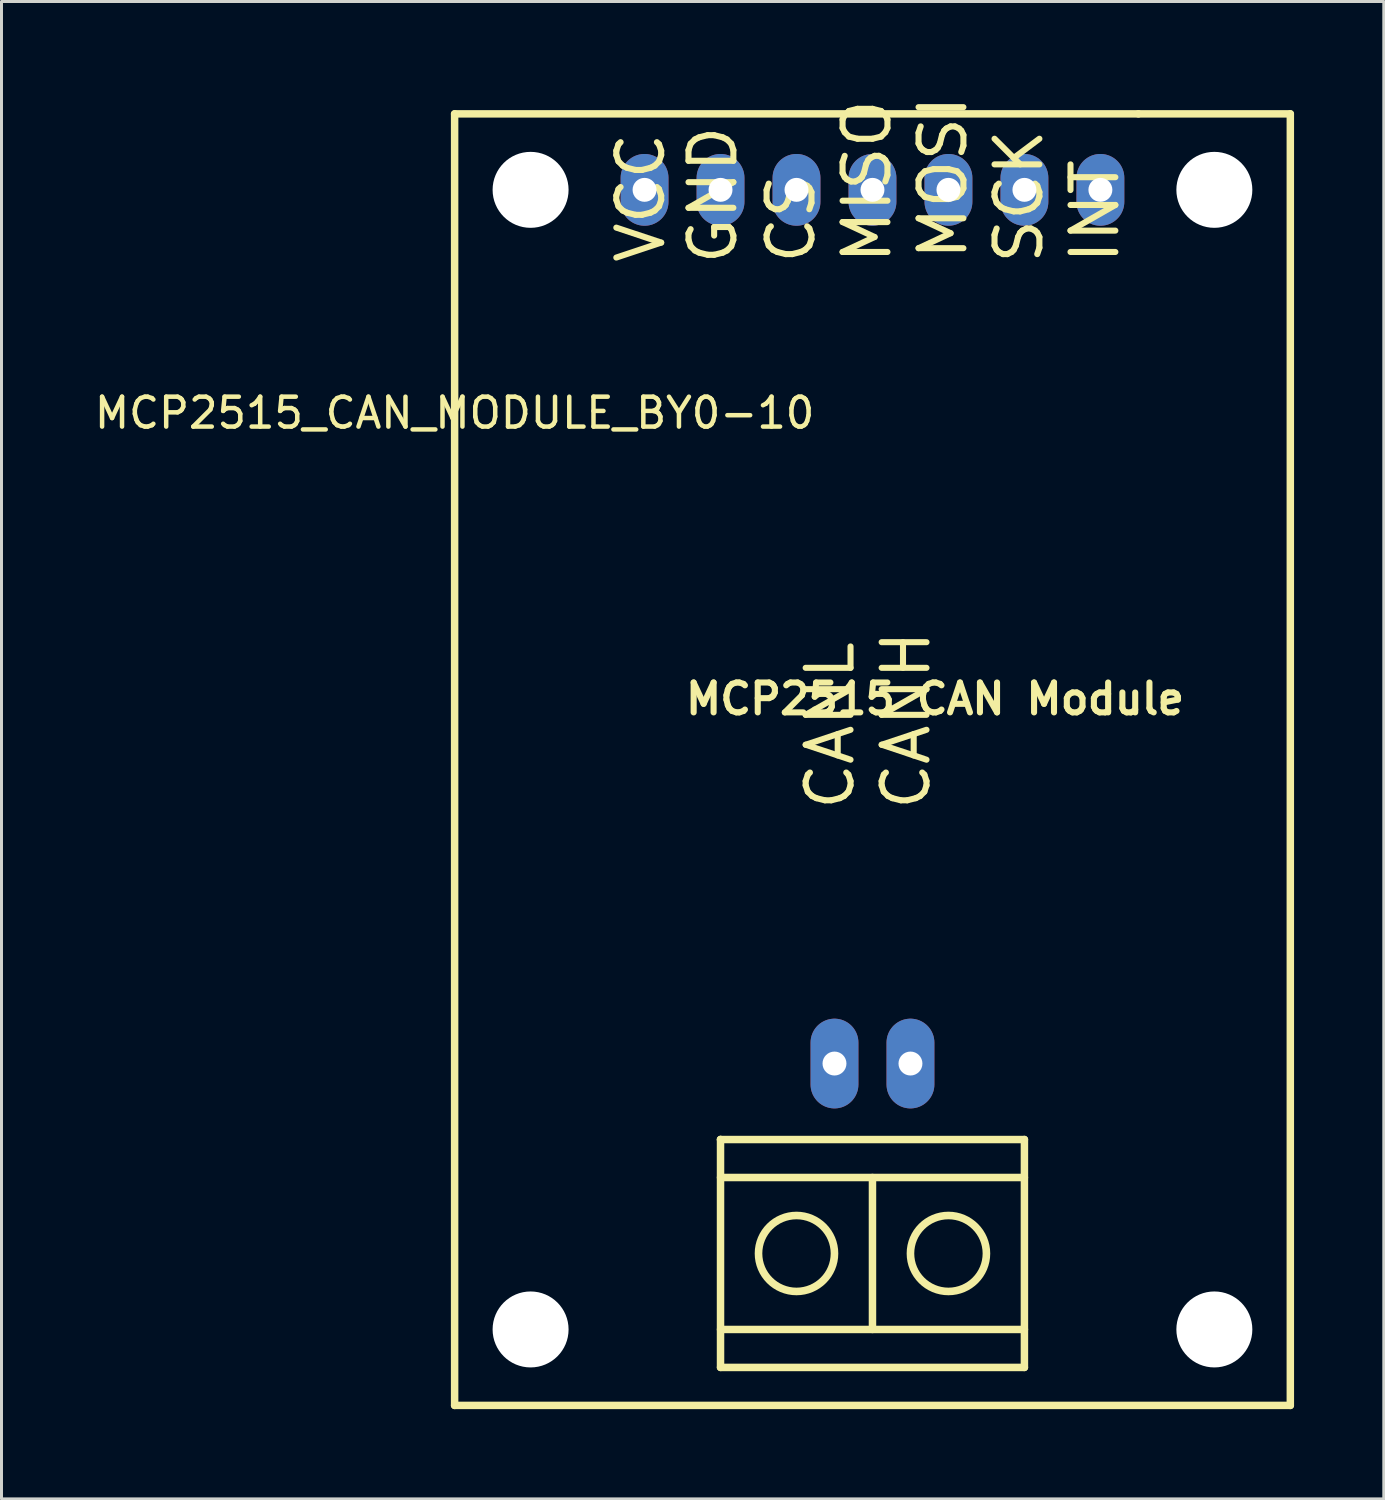
<source format=kicad_pcb>
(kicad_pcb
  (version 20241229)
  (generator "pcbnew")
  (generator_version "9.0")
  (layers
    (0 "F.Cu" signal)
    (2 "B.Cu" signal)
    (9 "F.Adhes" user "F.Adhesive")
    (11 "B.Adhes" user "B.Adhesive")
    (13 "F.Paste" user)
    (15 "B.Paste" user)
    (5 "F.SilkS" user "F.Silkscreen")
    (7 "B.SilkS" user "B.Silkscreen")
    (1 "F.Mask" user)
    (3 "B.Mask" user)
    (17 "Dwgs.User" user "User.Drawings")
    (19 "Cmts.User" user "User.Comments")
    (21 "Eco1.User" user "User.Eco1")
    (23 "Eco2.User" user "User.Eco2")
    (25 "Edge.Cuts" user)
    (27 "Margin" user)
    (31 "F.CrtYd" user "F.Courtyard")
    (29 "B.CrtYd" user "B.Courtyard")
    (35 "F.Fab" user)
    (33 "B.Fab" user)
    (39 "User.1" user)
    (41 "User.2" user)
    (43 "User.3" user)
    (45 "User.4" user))
  (footprint "MCP2515_CAN_MODULE_BY0-10"
    (layer "F.Cu")
    (at 12.149 0.757)
    (property "Reference" "MCP2515_CAN_MODULE_BY0-10" (at 0 10 0) (layer "F.SilkS") (effects (font (size 1 1) (thickness 0.15))))
    (attr through_hole)
    (fp_line (start 0 0) (end 0 43.18) (stroke (width 0.25) (type solid)) (layer "F.SilkS"))
    (fp_line (start 0 43.18) (end 27.94 43.18) (stroke (width 0.25) (type solid)) (layer "F.SilkS"))
    (fp_line (start 8.89 34.29) (end 8.89 34.29) (stroke (width 0.25) (type solid)) (layer "F.SilkS"))
    (fp_line (start 8.89 34.29) (end 19.05 34.29) (stroke (width 0.25) (type solid)) (layer "F.SilkS"))
    (fp_line (start 8.89 40.64) (end 19.05 40.64) (stroke (width 0.25) (type solid)) (layer "F.SilkS"))
    (fp_line (start 8.89 41.91) (end 8.89 34.29) (stroke (width 0.25) (type solid)) (layer "F.SilkS"))
    (fp_line (start 13.97 35.56) (end 13.97 40.64) (stroke (width 0.25) (type solid)) (layer "F.SilkS"))
    (fp_line (start 19.05 34.29) (end 19.05 41.91) (stroke (width 0.25) (type solid)) (layer "F.SilkS"))
    (fp_line (start 19.05 35.56) (end 8.89 35.56) (stroke (width 0.25) (type solid)) (layer "F.SilkS"))
    (fp_line (start 19.05 41.91) (end 8.89 41.91) (stroke (width 0.25) (type solid)) (layer "F.SilkS"))
    (fp_line (start 22.86 0) (end 0 0) (stroke (width 0.25) (type solid)) (layer "F.SilkS"))
    (fp_line (start 27.94 0) (end 22.86 0) (stroke (width 0.25) (type solid)) (layer "F.SilkS"))
    (fp_line (start 27.94 43.18) (end 27.94 0) (stroke (width 0.25) (type solid)) (layer "F.SilkS"))
    (fp_circle (center 11.43 38.1) (end 11.43 39.37) (stroke (width 0.254) (type solid)) (fill no) (layer "F.SilkS"))
    (fp_circle (center 16.51 38.1) (end 16.51 39.37) (stroke (width 0.254) (type solid)) (fill no) (layer "F.SilkS"))
    (fp_text user "MOSI" (at 16.327 4.981 90) (layer "F.SilkS") (effects (font (size 1.5 1.5) (thickness 0.203)) (justify left)))
    (fp_text user "GND" (at 8.636 5.131 90) (layer "F.SilkS") (effects (font (size 1.5 1.5) (thickness 0.203)) (justify left)))
    (fp_text user "CS" (at 11.247 5.108 90) (layer "F.SilkS") (effects (font (size 1.5 1.5) (thickness 0.203)) (justify left)))
    (fp_text user "VCC" (at 6.223 5.08 90) (layer "F.SilkS") (effects (font (size 1.5 1.5) (thickness 0.203)) (justify left)))
    (fp_text user "SCK" (at 18.867 5.108 90) (layer "F.SilkS") (effects (font (size 1.5 1.5) (thickness 0.203)) (justify left)))
    (fp_text user "CANL" (at 12.553 23.368 90) (layer "F.SilkS") (effects (font (size 1.5 1.5) (thickness 0.203)) (justify left)))
    (fp_text user "INT" (at 21.407 5.108 90) (layer "F.SilkS") (effects (font (size 1.5 1.5) (thickness 0.203)) (justify left)))
    (fp_text user "MCP2515 CAN Module" (at 7.62 19.558 0) (layer "F.SilkS") (effects (font (size 1 1) (thickness 0.203)) (justify left)))
    (fp_text user "CANH" (at 15.093 23.368 90) (layer "F.SilkS") (effects (font (size 1.5 1.5) (thickness 0.203)) (justify left)))
    (fp_text user "MISO" (at 13.787 5.108 90) (layer "F.SilkS") (effects (font (size 1.5 1.5) (thickness 0.203)) (justify left)))
    (pad "" np_thru_hole circle (at 2.54 2.54) (size 2.54 2.54) (drill 2.54) (layers "*.Cu" "*.Mask"))
    (pad "" np_thru_hole circle (at 2.54 40.64) (size 2.54 2.54) (drill 2.54) (layers "*.Cu" "*.Mask"))
    (pad "" np_thru_hole circle (at 25.4 2.54) (size 2.54 2.54) (drill 2.54) (layers "*.Cu" "*.Mask"))
    (pad "" np_thru_hole circle (at 25.4 40.64) (size 2.54 2.54) (drill 2.54) (layers "*.Cu" "*.Mask"))
    (pad "CANH" thru_hole oval (at 15.24 31.75) (size 1.6 3) (drill 0.8) (layers "*.Cu" "*.Mask"))
    (pad "CANL" thru_hole oval (at 12.7 31.75) (size 1.6 3) (drill 0.8) (layers "*.Cu" "*.Mask"))
    (pad "CS" thru_hole oval (at 11.43 2.54) (size 1.6 2.4) (drill 0.8) (layers "*.Cu" "*.Mask"))
    (pad "GND" thru_hole oval (at 8.89 2.54) (size 1.6 2.4) (drill 0.8) (layers "*.Cu" "*.Mask"))
    (pad "INT" thru_hole oval (at 21.59 2.54) (size 1.6 2.4) (drill 0.8) (layers "*.Cu" "*.Mask"))
    (pad "MISO" thru_hole oval (at 13.97 2.54 180) (size 1.6 2.4) (drill 0.8) (layers "*.Cu" "*.Mask"))
    (pad "MOSI" thru_hole oval (at 16.51 2.54) (size 1.6 2.4) (drill 0.8) (layers "*.Cu" "*.Mask"))
    (pad "SCK" thru_hole oval (at 19.05 2.54) (size 1.6 2.4) (drill 0.8) (layers "*.Cu" "*.Mask"))
    (pad "VCC" thru_hole oval (at 6.35 2.54) (size 1.6 2.4) (drill 0.8) (layers "*.Cu" "*.Mask")))
  (gr_rect
    (start -3 -3)
    (end 43.214 47.062)
    (stroke (width 0.1) (type default))
    (fill no)
    (layer "Edge.Cuts")))
</source>
